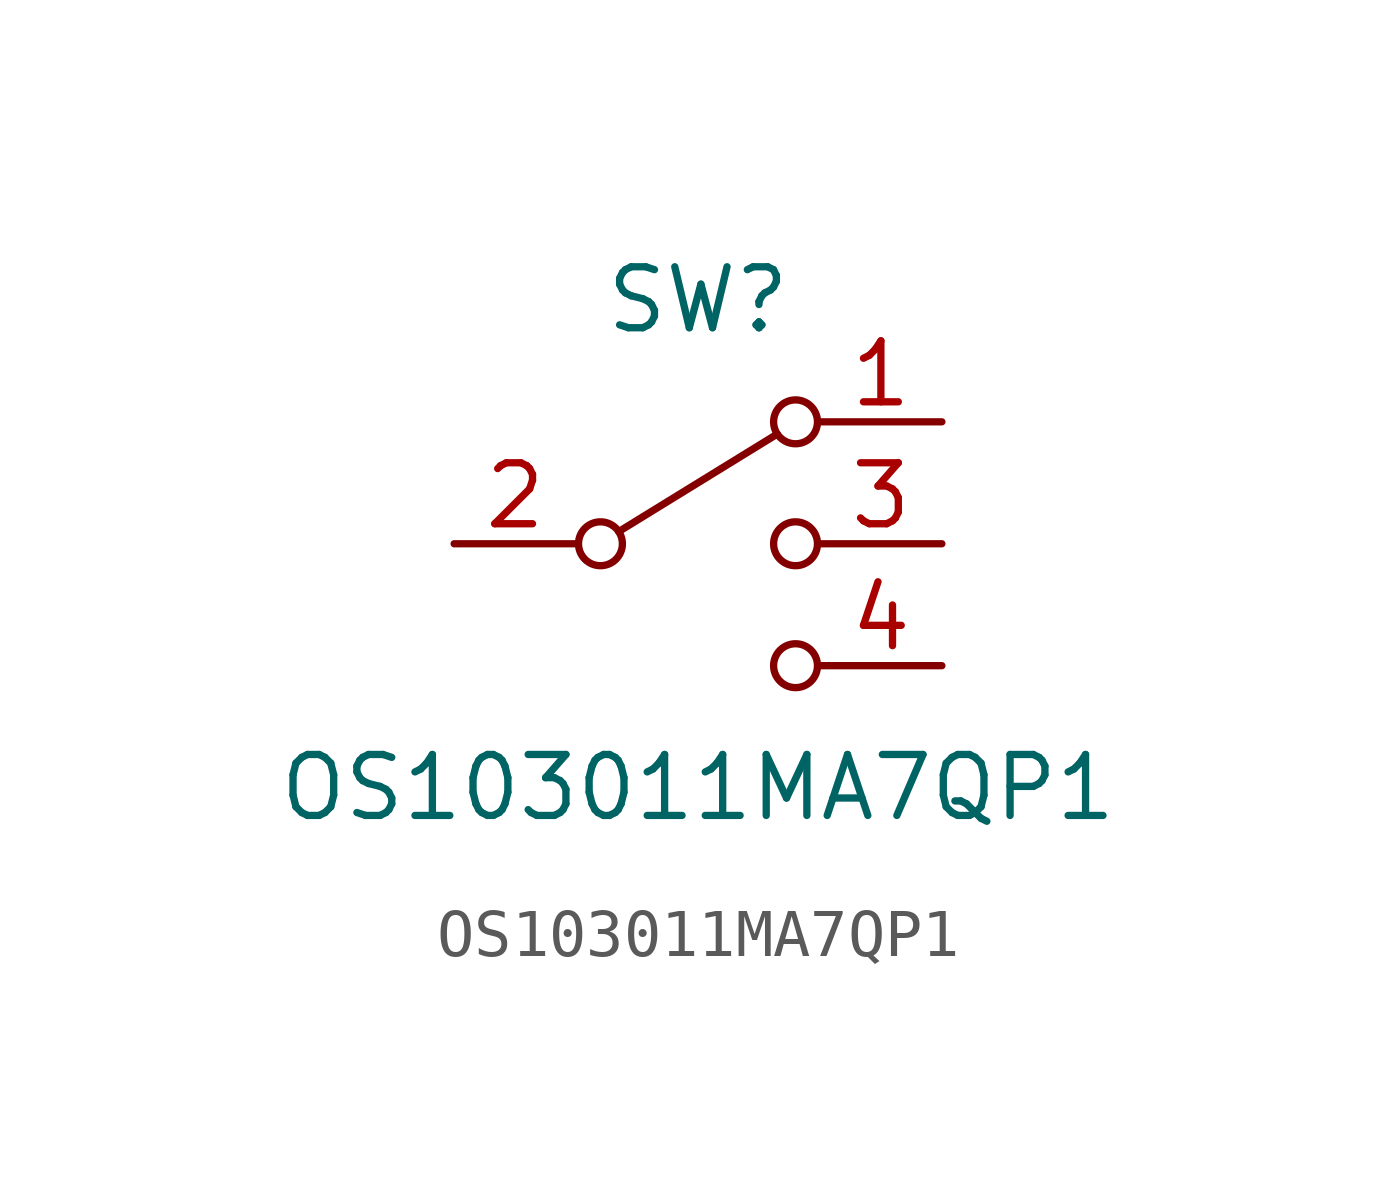
<source format=kicad_sym>
(kicad_symbol_lib
  (version 20211014)
  (generator kicad_symbol_editor)
  (symbol "OS103011MA7QP1"
    (pin_names
      (offset 0) hide)
    (property "Reference" "SW"
      (at 0 5.08 0)
      (effects (font (size 1.27 1.27))))
    (property "Value" "OS103011MA7QP1"
      (at 0 -5.08 0)
      (effects (font (size 1.27 1.27))))
    (symbol "OS103011MA7QP1_0_1"
      (circle (center -2.032 0) (radius 0.457) (stroke (width 0) (type default) (color 0 0 0 0)) (fill (type none)))
      (polyline (pts (xy -1.651 0.254) (xy 1.651 2.286)) (stroke (width 0) (type default) (color 0 0 0 0)) (fill (type none)))
      (circle (center 2.032 -2.54) (radius 0.457) (stroke (width 0) (type default) (color 0 0 0 0)) (fill (type none)))
      (circle (center 2.032 0) (radius 0.457) (stroke (width 0) (type default) (color 0 0 0 0)) (fill (type none)))
      (circle (center 2.032 2.54) (radius 0.457) (stroke (width 0) (type default) (color 0 0 0 0)) (fill (type none))))
    (symbol "OS103011MA7QP1_1_1"
      (pin passive line (at 5.08 2.54 180) (length 2.54) (name "1" (effects (font (size 1.27 1.27)))) (number "1" (effects (font (size 1.27 1.27)))))
      (pin passive line (at -5.08 0 0) (length 2.54) (name "2" (effects (font (size 1.27 1.27)))) (number "2" (effects (font (size 1.27 1.27)))))
      (pin passive line (at 5.08 0 180) (length 2.54) (name "3" (effects (font (size 1.27 1.27)))) (number "3" (effects (font (size 1.27 1.27)))))
      (pin passive line (at 5.08 -2.54 180) (length 2.54) (name "4" (effects (font (size 1.27 1.27)))) (number "4" (effects (font (size 1.27 1.27))))))))
</source>
